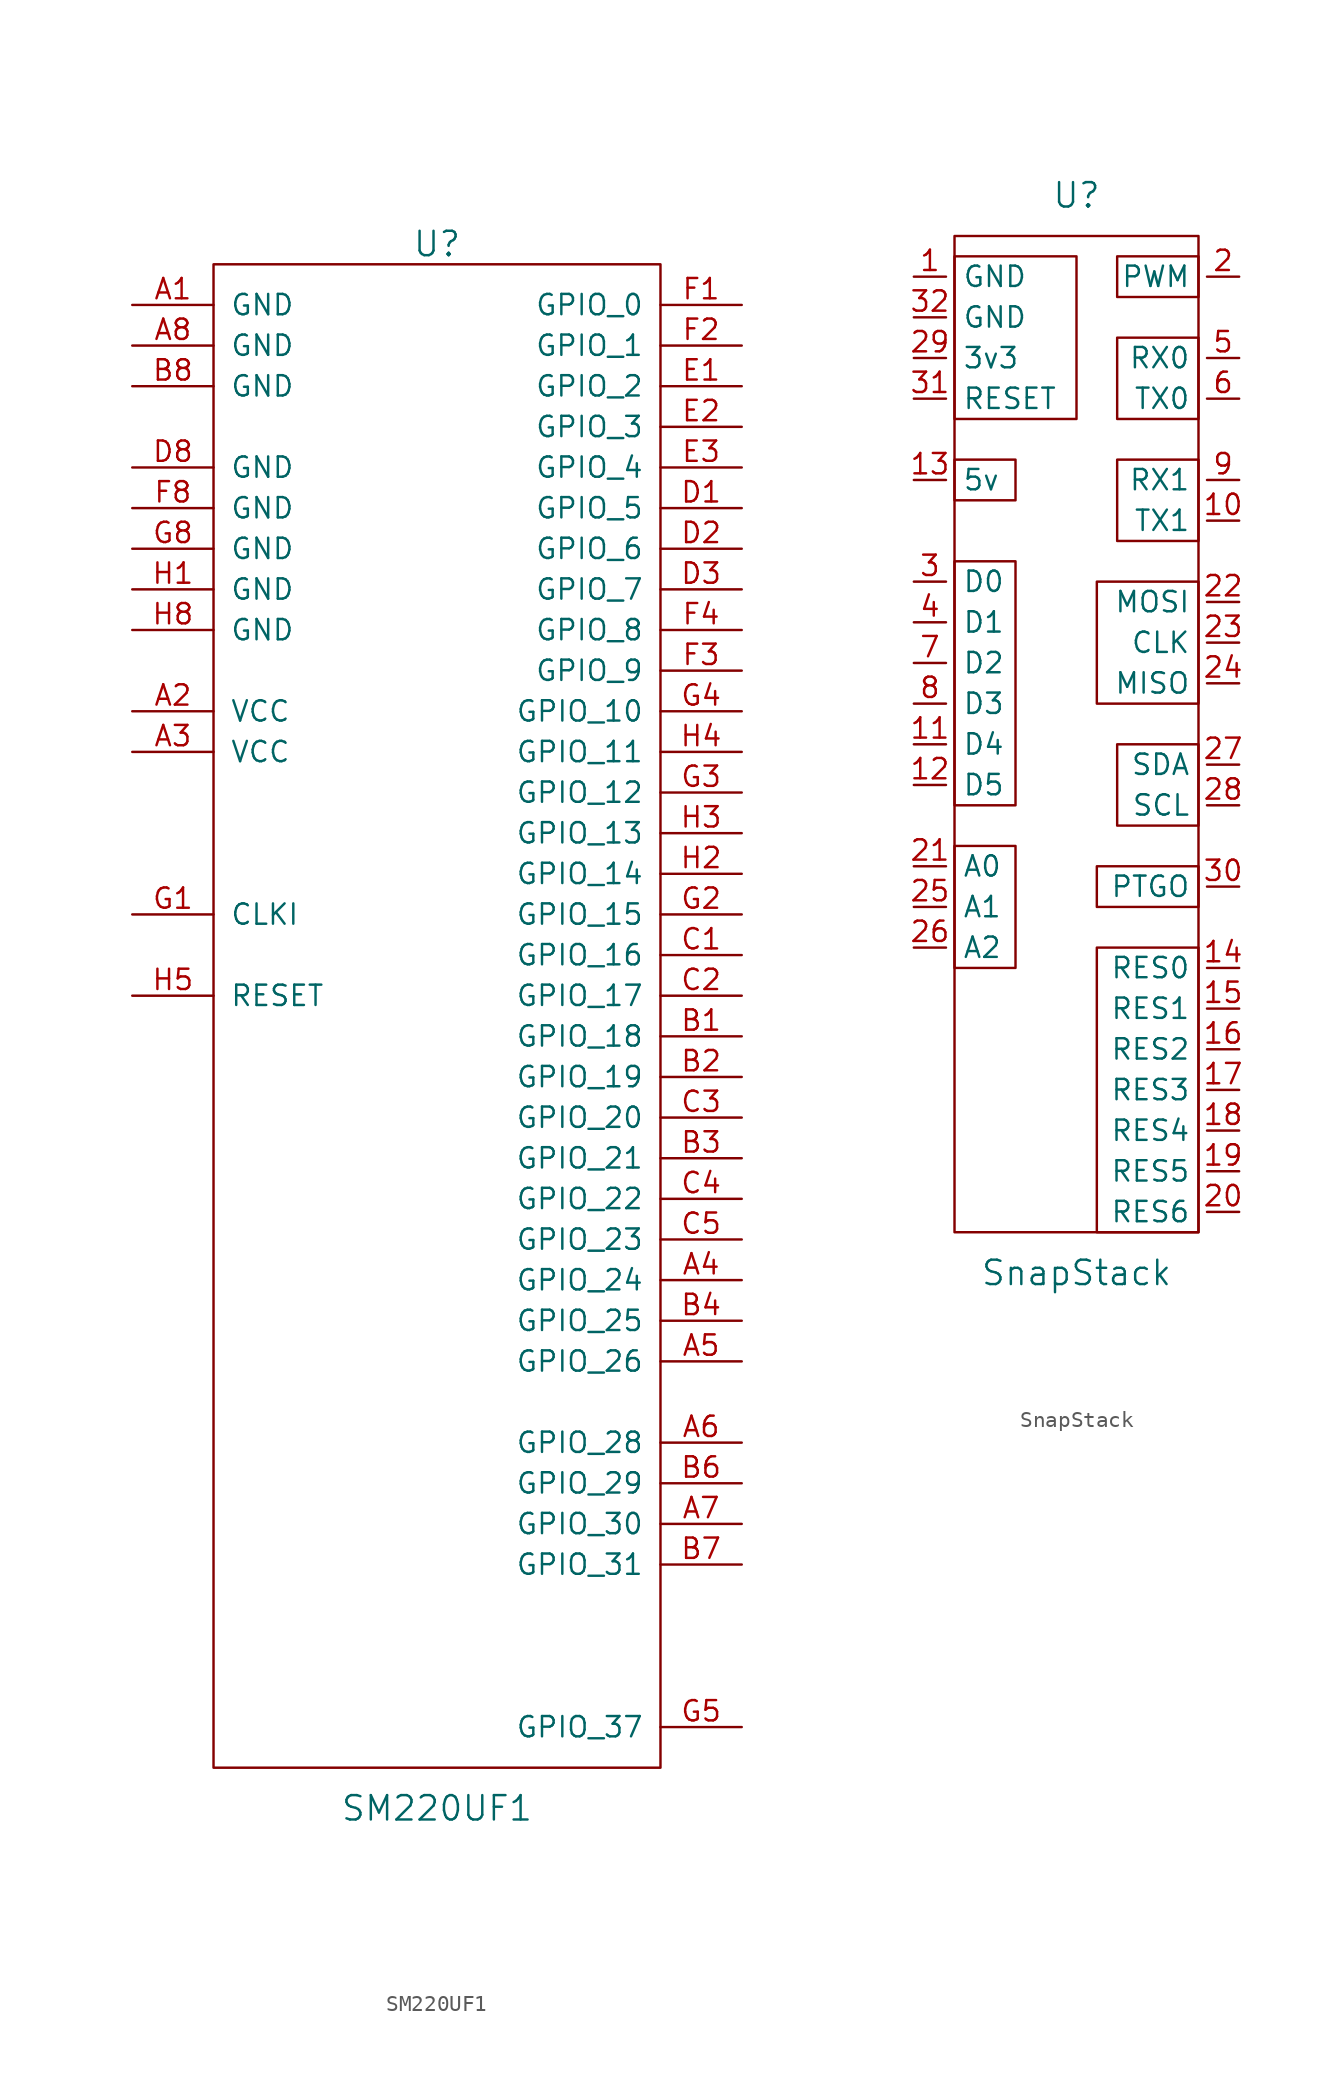
<source format=kicad_sym>
(kicad_symbol_lib
  (version 20231120)
  (generator "kicad_symbol_editor")
  (generator_version "8.0")
  (symbol "SM220UF1"
    (pin_names
      (offset 1.016))
    (property "Reference" "U"
      (at 0 43.18 0)
      (effects (font (size 1.524 1.524))))
    (property "Value" "SM220UF1"
      (at 0 -54.61 0)
      (effects (font (size 1.524 1.524))))
    (property "Footprint" ""
      (at 17.78 31.75 0)
      (effects (font (size 1.524 1.524))))
    (property "Datasheet" ""
      (at 17.78 31.75 0)
      (effects (font (size 1.524 1.524))))
    (symbol "SM220UF1_0_1"
      (rectangle (start -13.97 41.91) (end 13.97 -52.07) (stroke (width 0) (type solid)) (fill (type none))))
    (symbol "SM220UF1_1_1"
      (pin power_in line (at -19.05 39.37 0) (length 5.08) (name "GND" (effects (font (size 1.27 1.27)))) (number "A1" (effects (font (size 1.27 1.27)))))
      (pin power_in line (at -19.05 13.97 0) (length 5.08) (name "VCC" (effects (font (size 1.27 1.27)))) (number "A2" (effects (font (size 1.27 1.27)))))
      (pin power_in line (at -19.05 11.43 0) (length 5.08) (name "VCC" (effects (font (size 1.27 1.27)))) (number "A3" (effects (font (size 1.27 1.27)))))
      (pin bidirectional line (at 19.05 -21.59 180) (length 5.08) (name "GPIO_24" (effects (font (size 1.27 1.27)))) (number "A4" (effects (font (size 1.27 1.27)))))
      (pin bidirectional line (at 19.05 -26.67 180) (length 5.08) (name "GPIO_26" (effects (font (size 1.27 1.27)))) (number "A5" (effects (font (size 1.27 1.27)))))
      (pin bidirectional line (at 19.05 -31.75 180) (length 5.08) (name "GPIO_28" (effects (font (size 1.27 1.27)))) (number "A6" (effects (font (size 1.27 1.27)))))
      (pin bidirectional line (at 19.05 -36.83 180) (length 5.08) (name "GPIO_30" (effects (font (size 1.27 1.27)))) (number "A7" (effects (font (size 1.27 1.27)))))
      (pin power_in line (at -19.05 36.83 0) (length 5.08) (name "GND" (effects (font (size 1.27 1.27)))) (number "A8" (effects (font (size 1.27 1.27)))))
      (pin bidirectional line (at 19.05 -6.35 180) (length 5.08) (name "GPIO_18" (effects (font (size 1.27 1.27)))) (number "B1" (effects (font (size 1.27 1.27)))))
      (pin bidirectional line (at 19.05 -8.89 180) (length 5.08) (name "GPIO_19" (effects (font (size 1.27 1.27)))) (number "B2" (effects (font (size 1.27 1.27)))))
      (pin bidirectional line (at 19.05 -13.97 180) (length 5.08) (name "GPIO_21" (effects (font (size 1.27 1.27)))) (number "B3" (effects (font (size 1.27 1.27)))))
      (pin bidirectional line (at 19.05 -24.13 180) (length 5.08) (name "GPIO_25" (effects (font (size 1.27 1.27)))) (number "B4" (effects (font (size 1.27 1.27)))))
      (pin bidirectional line (at 19.05 -34.29 180) (length 5.08) (name "GPIO_29" (effects (font (size 1.27 1.27)))) (number "B6" (effects (font (size 1.27 1.27)))))
      (pin bidirectional line (at 19.05 -39.37 180) (length 5.08) (name "GPIO_31" (effects (font (size 1.27 1.27)))) (number "B7" (effects (font (size 1.27 1.27)))))
      (pin power_in line (at -19.05 34.29 0) (length 5.08) (name "GND" (effects (font (size 1.27 1.27)))) (number "B8" (effects (font (size 1.27 1.27)))))
      (pin bidirectional line (at 19.05 -1.27 180) (length 5.08) (name "GPIO_16" (effects (font (size 1.27 1.27)))) (number "C1" (effects (font (size 1.27 1.27)))))
      (pin bidirectional line (at 19.05 -3.81 180) (length 5.08) (name "GPIO_17" (effects (font (size 1.27 1.27)))) (number "C2" (effects (font (size 1.27 1.27)))))
      (pin bidirectional line (at 19.05 -11.43 180) (length 5.08) (name "GPIO_20" (effects (font (size 1.27 1.27)))) (number "C3" (effects (font (size 1.27 1.27)))))
      (pin bidirectional line (at 19.05 -16.51 180) (length 5.08) (name "GPIO_22" (effects (font (size 1.27 1.27)))) (number "C4" (effects (font (size 1.27 1.27)))))
      (pin bidirectional line (at 19.05 -19.05 180) (length 5.08) (name "GPIO_23" (effects (font (size 1.27 1.27)))) (number "C5" (effects (font (size 1.27 1.27)))))
      (pin bidirectional line (at 19.05 26.67 180) (length 5.08) (name "GPIO_5" (effects (font (size 1.27 1.27)))) (number "D1" (effects (font (size 1.27 1.27)))))
      (pin bidirectional line (at 19.05 24.13 180) (length 5.08) (name "GPIO_6" (effects (font (size 1.27 1.27)))) (number "D2" (effects (font (size 1.27 1.27)))))
      (pin bidirectional line (at 19.05 21.59 180) (length 5.08) (name "GPIO_7" (effects (font (size 1.27 1.27)))) (number "D3" (effects (font (size 1.27 1.27)))))
      (pin power_in line (at -19.05 29.21 0) (length 5.08) (name "GND" (effects (font (size 1.27 1.27)))) (number "D8" (effects (font (size 1.27 1.27)))))
      (pin bidirectional line (at 19.05 34.29 180) (length 5.08) (name "GPIO_2" (effects (font (size 1.27 1.27)))) (number "E1" (effects (font (size 1.27 1.27)))))
      (pin bidirectional line (at 19.05 31.75 180) (length 5.08) (name "GPIO_3" (effects (font (size 1.27 1.27)))) (number "E2" (effects (font (size 1.27 1.27)))))
      (pin bidirectional line (at 19.05 29.21 180) (length 5.08) (name "GPIO_4" (effects (font (size 1.27 1.27)))) (number "E3" (effects (font (size 1.27 1.27)))))
      (pin bidirectional line (at 19.05 39.37 180) (length 5.08) (name "GPIO_0" (effects (font (size 1.27 1.27)))) (number "F1" (effects (font (size 1.27 1.27)))))
      (pin bidirectional line (at 19.05 36.83 180) (length 5.08) (name "GPIO_1" (effects (font (size 1.27 1.27)))) (number "F2" (effects (font (size 1.27 1.27)))))
      (pin bidirectional line (at 19.05 16.51 180) (length 5.08) (name "GPIO_9" (effects (font (size 1.27 1.27)))) (number "F3" (effects (font (size 1.27 1.27)))))
      (pin bidirectional line (at 19.05 19.05 180) (length 5.08) (name "GPIO_8" (effects (font (size 1.27 1.27)))) (number "F4" (effects (font (size 1.27 1.27)))))
      (pin power_in line (at -19.05 26.67 0) (length 5.08) (name "GND" (effects (font (size 1.27 1.27)))) (number "F8" (effects (font (size 1.27 1.27)))))
      (pin input line (at -19.05 1.27 0) (length 5.08) (name "CLKI" (effects (font (size 1.27 1.27)))) (number "G1" (effects (font (size 1.27 1.27)))))
      (pin bidirectional line (at 19.05 1.27 180) (length 5.08) (name "GPIO_15" (effects (font (size 1.27 1.27)))) (number "G2" (effects (font (size 1.27 1.27)))))
      (pin bidirectional line (at 19.05 8.89 180) (length 5.08) (name "GPIO_12" (effects (font (size 1.27 1.27)))) (number "G3" (effects (font (size 1.27 1.27)))))
      (pin bidirectional line (at 19.05 13.97 180) (length 5.08) (name "GPIO_10" (effects (font (size 1.27 1.27)))) (number "G4" (effects (font (size 1.27 1.27)))))
      (pin bidirectional line (at 19.05 -49.53 180) (length 5.08) (name "GPIO_37" (effects (font (size 1.27 1.27)))) (number "G5" (effects (font (size 1.27 1.27)))))
      (pin power_in line (at -19.05 24.13 0) (length 5.08) (name "GND" (effects (font (size 1.27 1.27)))) (number "G8" (effects (font (size 1.27 1.27)))))
      (pin power_in line (at -19.05 21.59 0) (length 5.08) (name "GND" (effects (font (size 1.27 1.27)))) (number "H1" (effects (font (size 1.27 1.27)))))
      (pin bidirectional line (at 19.05 3.81 180) (length 5.08) (name "GPIO_14" (effects (font (size 1.27 1.27)))) (number "H2" (effects (font (size 1.27 1.27)))))
      (pin bidirectional line (at 19.05 6.35 180) (length 5.08) (name "GPIO_13" (effects (font (size 1.27 1.27)))) (number "H3" (effects (font (size 1.27 1.27)))))
      (pin bidirectional line (at 19.05 11.43 180) (length 5.08) (name "GPIO_11" (effects (font (size 1.27 1.27)))) (number "H4" (effects (font (size 1.27 1.27)))))
      (pin input line (at -19.05 -3.81 0) (length 5.08) (name "RESET" (effects (font (size 1.27 1.27)))) (number "H5" (effects (font (size 1.27 1.27)))))
      (pin power_in line (at -19.05 19.05 0) (length 5.08) (name "GND" (effects (font (size 1.27 1.27)))) (number "H8" (effects (font (size 1.27 1.27)))))))
  (symbol "SnapStack"
    (pin_names
      (offset 1.016))
    (property "Reference" "U"
      (at 0 16.51 0)
      (effects (font (size 1.524 1.524))))
    (property "Value" "SnapStack"
      (at 0 -50.8 0)
      (effects (font (size 1.524 1.524))))
    (property "Footprint" ""
      (at 3.81 0 0)
      (effects (font (size 1.524 1.524))))
    (property "Datasheet" ""
      (at 3.81 0 0)
      (effects (font (size 1.524 1.524))))
    (symbol "SnapStack_0_1"
      (rectangle (start -7.62 -24.13) (end -3.81 -31.75) (stroke (width 0) (type solid)) (fill (type none)))
      (rectangle (start -7.62 -6.35) (end -3.81 -21.59) (stroke (width 0) (type solid)) (fill (type none)))
      (rectangle (start -7.62 0) (end -3.81 -2.54) (stroke (width 0) (type solid)) (fill (type none)))
      (rectangle (start -7.62 12.7) (end 0 2.54) (stroke (width 0) (type solid)) (fill (type none)))
      (rectangle (start -7.62 13.97) (end 7.62 -48.26) (stroke (width 0) (type solid)) (fill (type none)))
      (rectangle (start 7.62 -30.48) (end 1.27 -48.26) (stroke (width 0) (type solid)) (fill (type none)))
      (rectangle (start 7.62 -25.4) (end 1.27 -27.94) (stroke (width 0) (type solid)) (fill (type none)))
      (rectangle (start 7.62 -17.78) (end 2.54 -22.86) (stroke (width 0) (type solid)) (fill (type none)))
      (rectangle (start 7.62 -7.62) (end 1.27 -15.24) (stroke (width 0) (type solid)) (fill (type none)))
      (rectangle (start 7.62 0) (end 2.54 -5.08) (stroke (width 0) (type solid)) (fill (type none)))
      (rectangle (start 7.62 7.62) (end 2.54 2.54) (stroke (width 0) (type solid)) (fill (type none)))
      (rectangle (start 7.62 12.7) (end 2.54 10.16) (stroke (width 0) (type solid)) (fill (type none))))
    (symbol "SnapStack_1_1"
      (pin output line (at -10.16 11.43 0) (length 2.007) (name "GND" (effects (font (size 1.27 1.27)))) (number "1" (effects (font (size 1.27 1.27)))))
      (pin output line (at 10.16 -3.81 180) (length 2.007) (name "TX1" (effects (font (size 1.27 1.27)))) (number "10" (effects (font (size 1.27 1.27)))))
      (pin bidirectional line (at -10.16 -17.78 0) (length 2.007) (name "D4" (effects (font (size 1.27 1.27)))) (number "11" (effects (font (size 1.27 1.27)))))
      (pin bidirectional line (at -10.16 -20.32 0) (length 2.007) (name "D5" (effects (font (size 1.27 1.27)))) (number "12" (effects (font (size 1.27 1.27)))))
      (pin bidirectional line (at -10.16 -1.27 0) (length 2.007) (name "5v" (effects (font (size 1.27 1.27)))) (number "13" (effects (font (size 1.27 1.27)))))
      (pin bidirectional line (at 10.16 -31.75 180) (length 2.007) (name "RES0" (effects (font (size 1.27 1.27)))) (number "14" (effects (font (size 1.27 1.27)))))
      (pin bidirectional line (at 10.16 -34.29 180) (length 2.007) (name "RES1" (effects (font (size 1.27 1.27)))) (number "15" (effects (font (size 1.27 1.27)))))
      (pin bidirectional line (at 10.16 -36.83 180) (length 2.007) (name "RES2" (effects (font (size 1.27 1.27)))) (number "16" (effects (font (size 1.27 1.27)))))
      (pin bidirectional line (at 10.16 -39.37 180) (length 2.007) (name "RES3" (effects (font (size 1.27 1.27)))) (number "17" (effects (font (size 1.27 1.27)))))
      (pin bidirectional line (at 10.16 -41.91 180) (length 2.007) (name "RES4" (effects (font (size 1.27 1.27)))) (number "18" (effects (font (size 1.27 1.27)))))
      (pin bidirectional line (at 10.16 -44.45 180) (length 2.007) (name "RES5" (effects (font (size 1.27 1.27)))) (number "19" (effects (font (size 1.27 1.27)))))
      (pin output line (at 10.16 11.43 180) (length 2.007) (name "PWM" (effects (font (size 1.27 1.27)))) (number "2" (effects (font (size 1.27 1.27)))))
      (pin bidirectional line (at 10.16 -46.99 180) (length 2.007) (name "RES6" (effects (font (size 1.27 1.27)))) (number "20" (effects (font (size 1.27 1.27)))))
      (pin bidirectional line (at -10.16 -25.4 0) (length 2.007) (name "A0" (effects (font (size 1.27 1.27)))) (number "21" (effects (font (size 1.27 1.27)))))
      (pin output line (at 10.16 -8.89 180) (length 2.007) (name "MOSI" (effects (font (size 1.27 1.27)))) (number "22" (effects (font (size 1.27 1.27)))))
      (pin output line (at 10.16 -11.43 180) (length 2.007) (name "CLK" (effects (font (size 1.27 1.27)))) (number "23" (effects (font (size 1.27 1.27)))))
      (pin input line (at 10.16 -13.97 180) (length 2.007) (name "MISO" (effects (font (size 1.27 1.27)))) (number "24" (effects (font (size 1.27 1.27)))))
      (pin bidirectional line (at -10.16 -27.94 0) (length 2.007) (name "A1" (effects (font (size 1.27 1.27)))) (number "25" (effects (font (size 1.27 1.27)))))
      (pin bidirectional line (at -10.16 -30.48 0) (length 2.007) (name "A2" (effects (font (size 1.27 1.27)))) (number "26" (effects (font (size 1.27 1.27)))))
      (pin bidirectional line (at 10.16 -19.05 180) (length 2.007) (name "SDA" (effects (font (size 1.27 1.27)))) (number "27" (effects (font (size 1.27 1.27)))))
      (pin output line (at 10.16 -21.59 180) (length 2.007) (name "SCL" (effects (font (size 1.27 1.27)))) (number "28" (effects (font (size 1.27 1.27)))))
      (pin power_out line (at -10.16 6.35 0) (length 2.007) (name "3v3" (effects (font (size 1.27 1.27)))) (number "29" (effects (font (size 1.27 1.27)))))
      (pin bidirectional line (at -10.16 -7.62 0) (length 2.007) (name "D0" (effects (font (size 1.27 1.27)))) (number "3" (effects (font (size 1.27 1.27)))))
      (pin bidirectional line (at 10.16 -26.67 180) (length 2.007) (name "PTGO" (effects (font (size 1.27 1.27)))) (number "30" (effects (font (size 1.27 1.27)))))
      (pin input line (at -10.16 3.81 0) (length 2.007) (name "RESET" (effects (font (size 1.27 1.27)))) (number "31" (effects (font (size 1.27 1.27)))))
      (pin power_out line (at -10.16 8.89 0) (length 2.007) (name "GND" (effects (font (size 1.27 1.27)))) (number "32" (effects (font (size 1.27 1.27)))))
      (pin bidirectional line (at -10.16 -10.16 0) (length 2.007) (name "D1" (effects (font (size 1.27 1.27)))) (number "4" (effects (font (size 1.27 1.27)))))
      (pin input line (at 10.16 6.35 180) (length 2.007) (name "RX0" (effects (font (size 1.27 1.27)))) (number "5" (effects (font (size 1.27 1.27)))))
      (pin output line (at 10.16 3.81 180) (length 2.007) (name "TX0" (effects (font (size 1.27 1.27)))) (number "6" (effects (font (size 1.27 1.27)))))
      (pin bidirectional line (at -10.16 -12.7 0) (length 2.007) (name "D2" (effects (font (size 1.27 1.27)))) (number "7" (effects (font (size 1.27 1.27)))))
      (pin bidirectional line (at -10.16 -15.24 0) (length 2.007) (name "D3" (effects (font (size 1.27 1.27)))) (number "8" (effects (font (size 1.27 1.27)))))
      (pin input line (at 10.16 -1.27 180) (length 2.007) (name "RX1" (effects (font (size 1.27 1.27)))) (number "9" (effects (font (size 1.27 1.27))))))))
</source>
